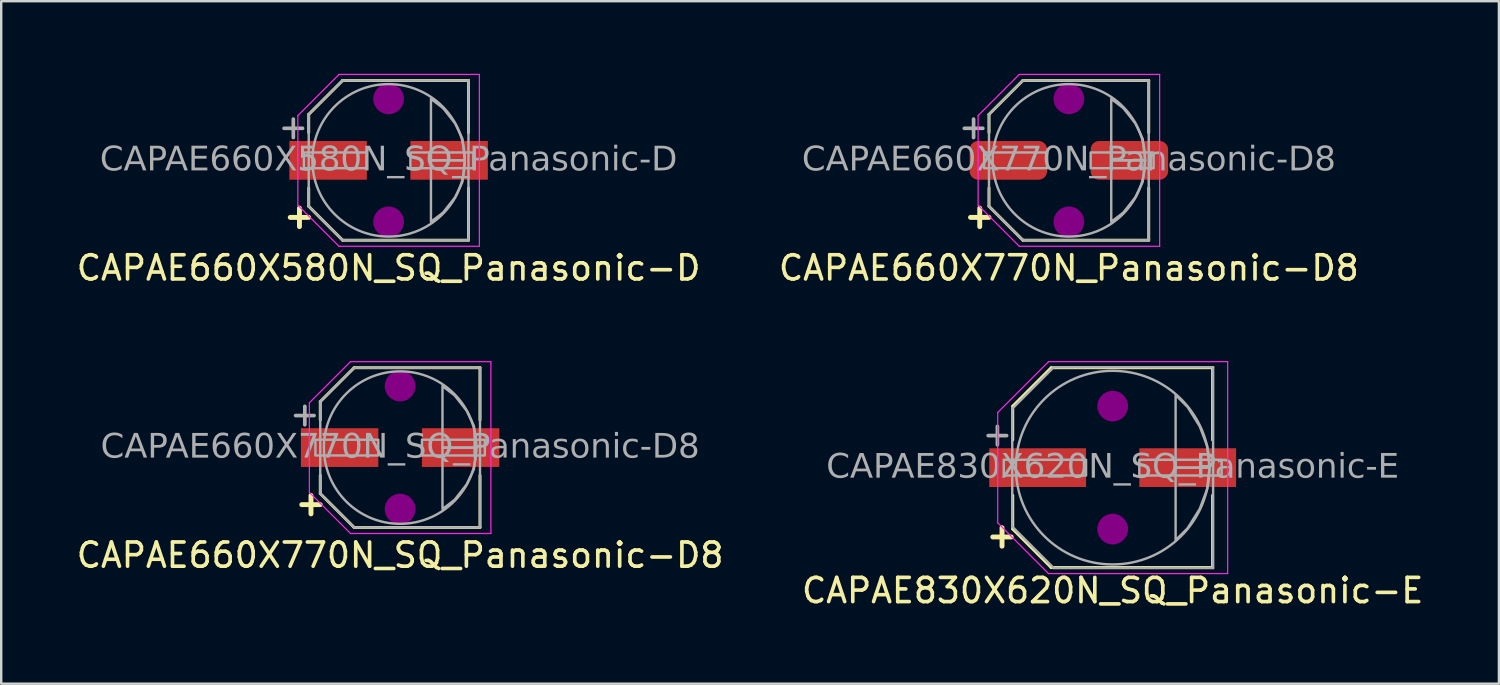
<source format=kicad_pcb>
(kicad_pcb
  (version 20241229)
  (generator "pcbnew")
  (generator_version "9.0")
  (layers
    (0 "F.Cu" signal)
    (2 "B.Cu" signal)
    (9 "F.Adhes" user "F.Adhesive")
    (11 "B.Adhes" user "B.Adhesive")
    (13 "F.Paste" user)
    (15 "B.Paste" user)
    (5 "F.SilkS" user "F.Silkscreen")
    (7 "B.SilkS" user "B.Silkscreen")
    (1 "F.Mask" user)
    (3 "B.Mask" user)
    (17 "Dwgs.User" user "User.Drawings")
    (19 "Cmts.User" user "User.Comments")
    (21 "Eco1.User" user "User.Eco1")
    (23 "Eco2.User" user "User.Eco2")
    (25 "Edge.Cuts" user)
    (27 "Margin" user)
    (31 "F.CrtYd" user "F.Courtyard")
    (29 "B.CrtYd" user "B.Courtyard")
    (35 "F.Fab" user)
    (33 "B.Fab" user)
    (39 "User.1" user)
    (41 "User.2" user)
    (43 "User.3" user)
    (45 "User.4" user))
  (footprint "CAPAE660X580N_SQ_Panasonic-D"
    (layer "F.Cu")
    (at 13.006 3.575)
    (property "Reference" "CAPAE660X580N_SQ_Panasonic-D" (at 0 4.445 0) (layer "F.SilkS") (effects (font (size 1 1) (thickness 0.15))))
    (attr smd)
    (fp_line (start -3.3 -1.9) (end -1.9 -3.3) (stroke (width 0.12) (type default)) (layer "F.SilkS"))
    (fp_line (start -3.3 -1.143) (end -3.3 -1.9) (stroke (width 0.12) (type default)) (layer "F.SilkS"))
    (fp_line (start -3.3 1.9) (end -3.3 1.143) (stroke (width 0.12) (type default)) (layer "F.SilkS"))
    (fp_line (start -3.3 1.9) (end -1.9 3.3) (stroke (width 0.12) (type default)) (layer "F.SilkS"))
    (fp_line (start -1.9 -3.3) (end 3.3 -3.3) (stroke (width 0.12) (type solid)) (layer "F.SilkS"))
    (fp_line (start -1.9 3.3) (end 3.3 3.3) (stroke (width 0.12) (type solid)) (layer "F.SilkS"))
    (fp_line (start 3.3 -1.143) (end 3.3 -3.3) (stroke (width 0.12) (type solid)) (layer "F.SilkS"))
    (fp_line (start 3.3 3.3) (end 3.3 1.143) (stroke (width 0.12) (type solid)) (layer "F.SilkS"))
    (fp_circle (center 0 -2.54) (end 0.635 -2.54) (stroke (width 0) (type solid)) (fill yes) (layer "F.Adhes"))
    (fp_circle (center 0 2.54) (end 0.635 2.54) (stroke (width 0) (type solid)) (fill yes) (layer "F.Adhes"))
    (fp_line (start -3.75 -1.85) (end -3.75 0) (stroke (width 0.05) (type solid)) (layer "F.CrtYd"))
    (fp_line (start -3.75 -1.85) (end -2.05 -3.55) (stroke (width 0.05) (type solid)) (layer "F.CrtYd"))
    (fp_line (start -3.75 1.85) (end -3.75 0) (stroke (width 0.05) (type solid)) (layer "F.CrtYd"))
    (fp_line (start -3.75 1.85) (end -2.05 3.55) (stroke (width 0.05) (type solid)) (layer "F.CrtYd"))
    (fp_line (start -2.05 -3.55) (end 3.75 -3.55) (stroke (width 0.05) (type solid)) (layer "F.CrtYd"))
    (fp_line (start -2.05 3.55) (end 3.75 3.55) (stroke (width 0.05) (type solid)) (layer "F.CrtYd"))
    (fp_line (start 3.75 -3.55) (end 3.75 0) (stroke (width 0.05) (type solid)) (layer "F.CrtYd"))
    (fp_line (start 3.75 3.55) (end 3.75 0) (stroke (width 0.05) (type solid)) (layer "F.CrtYd"))
    (fp_line (start -3.3 -1.9) (end -3.3 1.9) (stroke (width 0.1) (type solid)) (layer "F.Fab"))
    (fp_line (start -3.3 -1.9) (end -1.9 -3.3) (stroke (width 0.1) (type default)) (layer "F.Fab"))
    (fp_line (start -3.3 1.9) (end -1.9 3.3) (stroke (width 0.1) (type default)) (layer "F.Fab"))
    (fp_line (start -1.9 -3.3) (end 3.3 -3.3) (stroke (width 0.1) (type solid)) (layer "F.Fab"))
    (fp_line (start -1.9 3.3) (end 3.3 3.3) (stroke (width 0.1) (type solid)) (layer "F.Fab"))
    (fp_line (start 3.3 -3.3) (end 3.3 3.3) (stroke (width 0.1) (type solid)) (layer "F.Fab"))
    (fp_rect (start -3.5 0.325) (end -0.9 -0.325) (stroke (width 0.1) (type solid)) (fill no) (layer "F.Fab"))
    (fp_rect (start 3.5 0.325) (end 0.9 -0.325) (stroke (width 0.1) (type solid)) (fill no) (layer "F.Fab"))
    (fp_circle (center 0 0) (end 3.15 0) (stroke (width 0.1) (type default)) (fill no) (layer "F.Fab"))
    (fp_poly (pts (xy 1.75 -2.54) (xy 2.25 -2.159) (xy 2.75 -1.524) (xy 3.05 -0.889) (xy 3.15 0) (xy 1.75 0)) (stroke (width 0.1) (type solid)) (fill no) (layer "F.Fab"))
    (fp_poly (pts (xy 1.75 2.54) (xy 2.25 2.159) (xy 2.75 1.524) (xy 3.05 0.889) (xy 3.15 0) (xy 1.75 0)) (stroke (width 0.1) (type solid)) (fill no) (layer "F.Fab"))
    (fp_text user "+" (at -3.683 2.286 0) (unlocked yes) (layer "F.SilkS") (effects (font (size 1 1) (thickness 0.203) (bold yes))))
    (fp_text user "+" (at -3.937 -1.397 0) (unlocked yes) (layer "F.Fab") (effects (font (size 1 1) (thickness 0.152))))
    (fp_text user "${REFERENCE}" (at 0 0 0) (layer "F.Fab") (effects (font (face "Tahoma") (size 1 1) (thickness 0.15))))
    (pad "1" smd rect (at -2.5 0) (size 3.2 1.6) (layers "F.Cu" "F.Mask" "F.Paste"))
    (pad "2" smd rect (at 2.5 0) (size 3.2 1.6) (layers "F.Cu" "F.Mask" "F.Paste")))
  (footprint "CAPAE660X770N_Panasonic-D8"
    (layer "F.Cu")
    (at 41.113 3.575)
    (property "Reference" "CAPAE660X770N_Panasonic-D8" (at 0 4.445 0) (layer "F.SilkS") (effects (font (size 1 1) (thickness 0.15))))
    (attr smd)
    (fp_line (start -3.3 -1.9) (end -1.9 -3.3) (stroke (width 0.12) (type default)) (layer "F.SilkS"))
    (fp_line (start -3.3 -1.143) (end -3.3 -1.9) (stroke (width 0.12) (type default)) (layer "F.SilkS"))
    (fp_line (start -3.3 1.9) (end -3.3 1.143) (stroke (width 0.12) (type default)) (layer "F.SilkS"))
    (fp_line (start -3.3 1.9) (end -1.9 3.3) (stroke (width 0.12) (type default)) (layer "F.SilkS"))
    (fp_line (start -1.9 -3.3) (end 3.3 -3.3) (stroke (width 0.12) (type solid)) (layer "F.SilkS"))
    (fp_line (start -1.9 3.3) (end 3.3 3.3) (stroke (width 0.12) (type solid)) (layer "F.SilkS"))
    (fp_line (start 3.3 -1.143) (end 3.3 -3.3) (stroke (width 0.12) (type solid)) (layer "F.SilkS"))
    (fp_line (start 3.3 3.3) (end 3.3 1.143) (stroke (width 0.12) (type solid)) (layer "F.SilkS"))
    (fp_circle (center 0 -2.54) (end 0.635 -2.54) (stroke (width 0) (type solid)) (fill yes) (layer "F.Adhes"))
    (fp_circle (center 0 2.54) (end 0.635 2.54) (stroke (width 0) (type solid)) (fill yes) (layer "F.Adhes"))
    (fp_line (start -3.75 -1.85) (end -3.75 0) (stroke (width 0.05) (type solid)) (layer "F.CrtYd"))
    (fp_line (start -3.75 -1.85) (end -2.05 -3.55) (stroke (width 0.05) (type solid)) (layer "F.CrtYd"))
    (fp_line (start -3.75 1.85) (end -3.75 0) (stroke (width 0.05) (type solid)) (layer "F.CrtYd"))
    (fp_line (start -3.75 1.85) (end -2.05 3.55) (stroke (width 0.05) (type solid)) (layer "F.CrtYd"))
    (fp_line (start -2.05 -3.55) (end 3.75 -3.55) (stroke (width 0.05) (type solid)) (layer "F.CrtYd"))
    (fp_line (start -2.05 3.55) (end 3.75 3.55) (stroke (width 0.05) (type solid)) (layer "F.CrtYd"))
    (fp_line (start 3.75 -3.55) (end 3.75 0) (stroke (width 0.05) (type solid)) (layer "F.CrtYd"))
    (fp_line (start 3.75 3.55) (end 3.75 0) (stroke (width 0.05) (type solid)) (layer "F.CrtYd"))
    (fp_line (start -3.3 -1.9) (end -3.3 1.9) (stroke (width 0.1) (type solid)) (layer "F.Fab"))
    (fp_line (start -3.3 -1.9) (end -1.9 -3.3) (stroke (width 0.1) (type default)) (layer "F.Fab"))
    (fp_line (start -3.3 1.9) (end -1.9 3.3) (stroke (width 0.1) (type default)) (layer "F.Fab"))
    (fp_line (start -1.9 -3.3) (end 3.3 -3.3) (stroke (width 0.1) (type solid)) (layer "F.Fab"))
    (fp_line (start -1.9 3.3) (end 3.3 3.3) (stroke (width 0.1) (type solid)) (layer "F.Fab"))
    (fp_line (start 3.3 -3.3) (end 3.3 3.3) (stroke (width 0.1) (type solid)) (layer "F.Fab"))
    (fp_rect (start -3.5 0.325) (end -0.9 -0.325) (stroke (width 0.1) (type solid)) (fill no) (layer "F.Fab"))
    (fp_rect (start 3.5 0.325) (end 0.9 -0.325) (stroke (width 0.1) (type solid)) (fill no) (layer "F.Fab"))
    (fp_circle (center 0 0) (end 3.15 0) (stroke (width 0.1) (type default)) (fill no) (layer "F.Fab"))
    (fp_poly (pts (xy 1.75 -2.54) (xy 2.25 -2.159) (xy 2.75 -1.524) (xy 3.05 -0.889) (xy 3.15 0) (xy 1.75 0)) (stroke (width 0.1) (type solid)) (fill no) (layer "F.Fab"))
    (fp_poly (pts (xy 1.75 2.54) (xy 2.25 2.159) (xy 2.75 1.524) (xy 3.05 0.889) (xy 3.15 0) (xy 1.75 0)) (stroke (width 0.1) (type solid)) (fill no) (layer "F.Fab"))
    (fp_text user "+" (at -3.683 2.286 0) (unlocked yes) (layer "F.SilkS") (effects (font (size 1 1) (thickness 0.203) (bold yes))))
    (fp_text user "+" (at -3.937 -1.397 0) (unlocked yes) (layer "F.Fab") (effects (font (size 1 1) (thickness 0.152))))
    (fp_text user "${REFERENCE}" (at 0 0 0) (layer "F.Fab") (effects (font (face "Tahoma") (size 1 1) (thickness 0.15))))
    (pad "1" smd roundrect (at -2.5 0) (size 3.2 1.6) (layers "F.Cu" "F.Mask" "F.Paste") (roundrect_rratio 0.217))
    (pad "2" smd roundrect (at 2.5 0) (size 3.2 1.6) (layers "F.Cu" "F.Mask" "F.Paste") (roundrect_rratio 0.217)))
  (footprint "CAPAE660X770N_SQ_Panasonic-D8"
    (layer "F.Cu")
    (at 13.482 15.443)
    (property "Reference" "CAPAE660X770N_SQ_Panasonic-D8" (at 0 4.445 0) (layer "F.SilkS") (effects (font (size 1 1) (thickness 0.15))))
    (attr smd)
    (fp_line (start -3.3 -1.9) (end -1.9 -3.3) (stroke (width 0.12) (type default)) (layer "F.SilkS"))
    (fp_line (start -3.3 -1.143) (end -3.3 -1.9) (stroke (width 0.12) (type default)) (layer "F.SilkS"))
    (fp_line (start -3.3 1.9) (end -3.3 1.143) (stroke (width 0.12) (type default)) (layer "F.SilkS"))
    (fp_line (start -3.3 1.9) (end -1.9 3.3) (stroke (width 0.12) (type default)) (layer "F.SilkS"))
    (fp_line (start -1.9 -3.3) (end 3.3 -3.3) (stroke (width 0.12) (type solid)) (layer "F.SilkS"))
    (fp_line (start -1.9 3.3) (end 3.3 3.3) (stroke (width 0.12) (type solid)) (layer "F.SilkS"))
    (fp_line (start 3.3 -1.143) (end 3.3 -3.3) (stroke (width 0.12) (type solid)) (layer "F.SilkS"))
    (fp_line (start 3.3 3.3) (end 3.3 1.143) (stroke (width 0.12) (type solid)) (layer "F.SilkS"))
    (fp_circle (center 0 -2.54) (end 0.635 -2.54) (stroke (width 0) (type solid)) (fill yes) (layer "F.Adhes"))
    (fp_circle (center 0 2.54) (end 0.635 2.54) (stroke (width 0) (type solid)) (fill yes) (layer "F.Adhes"))
    (fp_line (start -3.75 -1.85) (end -3.75 0) (stroke (width 0.05) (type solid)) (layer "F.CrtYd"))
    (fp_line (start -3.75 -1.85) (end -2.05 -3.55) (stroke (width 0.05) (type solid)) (layer "F.CrtYd"))
    (fp_line (start -3.75 1.85) (end -3.75 0) (stroke (width 0.05) (type solid)) (layer "F.CrtYd"))
    (fp_line (start -3.75 1.85) (end -2.05 3.55) (stroke (width 0.05) (type solid)) (layer "F.CrtYd"))
    (fp_line (start -2.05 -3.55) (end 3.75 -3.55) (stroke (width 0.05) (type solid)) (layer "F.CrtYd"))
    (fp_line (start -2.05 3.55) (end 3.75 3.55) (stroke (width 0.05) (type solid)) (layer "F.CrtYd"))
    (fp_line (start 3.75 -3.55) (end 3.75 0) (stroke (width 0.05) (type solid)) (layer "F.CrtYd"))
    (fp_line (start 3.75 3.55) (end 3.75 0) (stroke (width 0.05) (type solid)) (layer "F.CrtYd"))
    (fp_line (start -3.3 -1.9) (end -3.3 1.9) (stroke (width 0.1) (type solid)) (layer "F.Fab"))
    (fp_line (start -3.3 -1.9) (end -1.9 -3.3) (stroke (width 0.1) (type default)) (layer "F.Fab"))
    (fp_line (start -3.3 1.9) (end -1.9 3.3) (stroke (width 0.1) (type default)) (layer "F.Fab"))
    (fp_line (start -1.9 -3.3) (end 3.3 -3.3) (stroke (width 0.1) (type solid)) (layer "F.Fab"))
    (fp_line (start -1.9 3.3) (end 3.3 3.3) (stroke (width 0.1) (type solid)) (layer "F.Fab"))
    (fp_line (start 3.3 -3.3) (end 3.3 3.3) (stroke (width 0.1) (type solid)) (layer "F.Fab"))
    (fp_rect (start -3.5 0.325) (end -0.9 -0.325) (stroke (width 0.1) (type solid)) (fill no) (layer "F.Fab"))
    (fp_rect (start 3.5 0.325) (end 0.9 -0.325) (stroke (width 0.1) (type solid)) (fill no) (layer "F.Fab"))
    (fp_circle (center 0 0) (end 3.15 0) (stroke (width 0.1) (type default)) (fill no) (layer "F.Fab"))
    (fp_poly (pts (xy 1.75 -2.54) (xy 2.25 -2.159) (xy 2.75 -1.524) (xy 3.05 -0.889) (xy 3.15 0) (xy 1.75 0)) (stroke (width 0.1) (type solid)) (fill no) (layer "F.Fab"))
    (fp_poly (pts (xy 1.75 2.54) (xy 2.25 2.159) (xy 2.75 1.524) (xy 3.05 0.889) (xy 3.15 0) (xy 1.75 0)) (stroke (width 0.1) (type solid)) (fill no) (layer "F.Fab"))
    (fp_text user "+" (at -3.683 2.286 0) (unlocked yes) (layer "F.SilkS") (effects (font (size 1 1) (thickness 0.203) (bold yes))))
    (fp_text user "${REFERENCE}" (at 0 0 0) (layer "F.Fab") (effects (font (face "Tahoma") (size 1 1) (thickness 0.15))))
    (fp_text user "+" (at -3.937 -1.397 0) (unlocked yes) (layer "F.Fab") (effects (font (size 1 1) (thickness 0.152))))
    (pad "1" smd rect (at -2.5 0) (size 3.2 1.6) (layers "F.Cu" "F.Mask" "F.Paste"))
    (pad "2" smd rect (at 2.5 0) (size 3.2 1.6) (layers "F.Cu" "F.Mask" "F.Paste")))
  (footprint "CAPAE830X620N_SQ_Panasonic-E"
    (layer "F.Cu")
    (at 42.923 16.271)
    (property "Reference" "CAPAE830X620N_SQ_Panasonic-E" (at 0 5.08 0) (layer "F.SilkS") (effects (font (size 1 1) (thickness 0.15))))
    (attr smd)
    (fp_line (start -4.128 -2.54) (end -2.54 -4.128) (stroke (width 0.12) (type default)) (layer "F.SilkS"))
    (fp_line (start -4.128 -1.143) (end -4.128 -2.54) (stroke (width 0.12) (type default)) (layer "F.SilkS"))
    (fp_line (start -4.128 2.54) (end -4.128 1.143) (stroke (width 0.12) (type default)) (layer "F.SilkS"))
    (fp_line (start -2.54 -4.128) (end 4.128 -4.128) (stroke (width 0.12) (type solid)) (layer "F.SilkS"))
    (fp_line (start -2.54 4.128) (end -4.128 2.54) (stroke (width 0.12) (type default)) (layer "F.SilkS"))
    (fp_line (start -2.54 4.128) (end 4.128 4.128) (stroke (width 0.12) (type solid)) (layer "F.SilkS"))
    (fp_line (start 4.128 -1.143) (end 4.128 -4.128) (stroke (width 0.12) (type solid)) (layer "F.SilkS"))
    (fp_line (start 4.128 4.128) (end 4.128 1.143) (stroke (width 0.12) (type solid)) (layer "F.SilkS"))
    (fp_circle (center 0 -2.54) (end 0.635 -2.54) (stroke (width 0) (type solid)) (fill yes) (layer "F.Adhes"))
    (fp_circle (center 0 2.54) (end 0.635 2.54) (stroke (width 0) (type solid)) (fill yes) (layer "F.Adhes"))
    (fp_line (start -4.75 -2.28) (end -4.75 0) (stroke (width 0.05) (type solid)) (layer "F.CrtYd"))
    (fp_line (start -4.75 -2.28) (end -2.65 -4.378) (stroke (width 0.05) (type solid)) (layer "F.CrtYd"))
    (fp_line (start -4.75 2.28) (end -4.75 0) (stroke (width 0.05) (type solid)) (layer "F.CrtYd"))
    (fp_line (start -4.75 2.28) (end -2.65 4.378) (stroke (width 0.05) (type solid)) (layer "F.CrtYd"))
    (fp_line (start -2.65 -4.378) (end 4.75 -4.378) (stroke (width 0.05) (type solid)) (layer "F.CrtYd"))
    (fp_line (start -2.65 4.378) (end 4.75 4.378) (stroke (width 0.05) (type solid)) (layer "F.CrtYd"))
    (fp_line (start 4.75 -4.378) (end 4.75 0) (stroke (width 0.05) (type solid)) (layer "F.CrtYd"))
    (fp_line (start 4.75 4.378) (end 4.75 0) (stroke (width 0.05) (type solid)) (layer "F.CrtYd"))
    (fp_line (start -4.15 -2.435) (end -4.15 2.435) (stroke (width 0.1) (type solid)) (layer "F.Fab"))
    (fp_line (start -2.435 -4.15) (end -4.15 -2.435) (stroke (width 0.1) (type solid)) (layer "F.Fab"))
    (fp_line (start -2.435 -4.15) (end 4.15 -4.15) (stroke (width 0.1) (type solid)) (layer "F.Fab"))
    (fp_line (start -2.435 4.15) (end -4.15 2.435) (stroke (width 0.1) (type solid)) (layer "F.Fab"))
    (fp_line (start -2.435 4.15) (end 4.15 4.15) (stroke (width 0.1) (type solid)) (layer "F.Fab"))
    (fp_line (start 4.15 -4.15) (end 4.15 4.15) (stroke (width 0.1) (type solid)) (layer "F.Fab"))
    (fp_rect (start -4.5 0.325) (end -1.1 -0.325) (stroke (width 0.1) (type solid)) (fill no) (layer "F.Fab"))
    (fp_rect (start 4.5 0.325) (end 1.1 -0.325) (stroke (width 0.1) (type solid)) (fill no) (layer "F.Fab"))
    (fp_circle (center 0 0) (end 4 0) (stroke (width 0.1) (type default)) (fill no) (layer "F.Fab"))
    (fp_poly (pts (xy 2.6 -3) (xy 3.1 -2.5) (xy 3.6 -1.7) (xy 3.9 -0.9) (xy 4 0) (xy 2.6 0)) (stroke (width 0.1) (type solid)) (fill no) (layer "F.Fab"))
    (fp_poly (pts (xy 2.6 3) (xy 3.1 2.5) (xy 3.6 1.7) (xy 3.9 0.9) (xy 4 0) (xy 2.6 0)) (stroke (width 0.1) (type solid)) (fill no) (layer "F.Fab"))
    (fp_text user "+" (at -4.572 2.794 0) (unlocked yes) (layer "F.SilkS") (effects (font (size 1 1) (thickness 0.203) (bold yes))))
    (fp_text user "${REFERENCE}" (at 0 0 0) (layer "F.Fab") (effects (font (face "Tahoma") (size 1 1) (thickness 0.15))))
    (fp_text user "+" (at -4.763 -1.397 0) (unlocked yes) (layer "F.Fab") (effects (font (size 1 1) (thickness 0.152))))
    (pad "1" smd rect (at -3.1 0) (size 4 1.6) (layers "F.Cu" "F.Mask" "F.Paste"))
    (pad "2" smd rect (at 3.1 0) (size 4 1.6) (layers "F.Cu" "F.Mask" "F.Paste")))
  (gr_rect
    (start -3 -3)
    (end 58.881 25.199)
    (stroke (width 0.1) (type default))
    (fill no)
    (layer "Edge.Cuts")))
</source>
